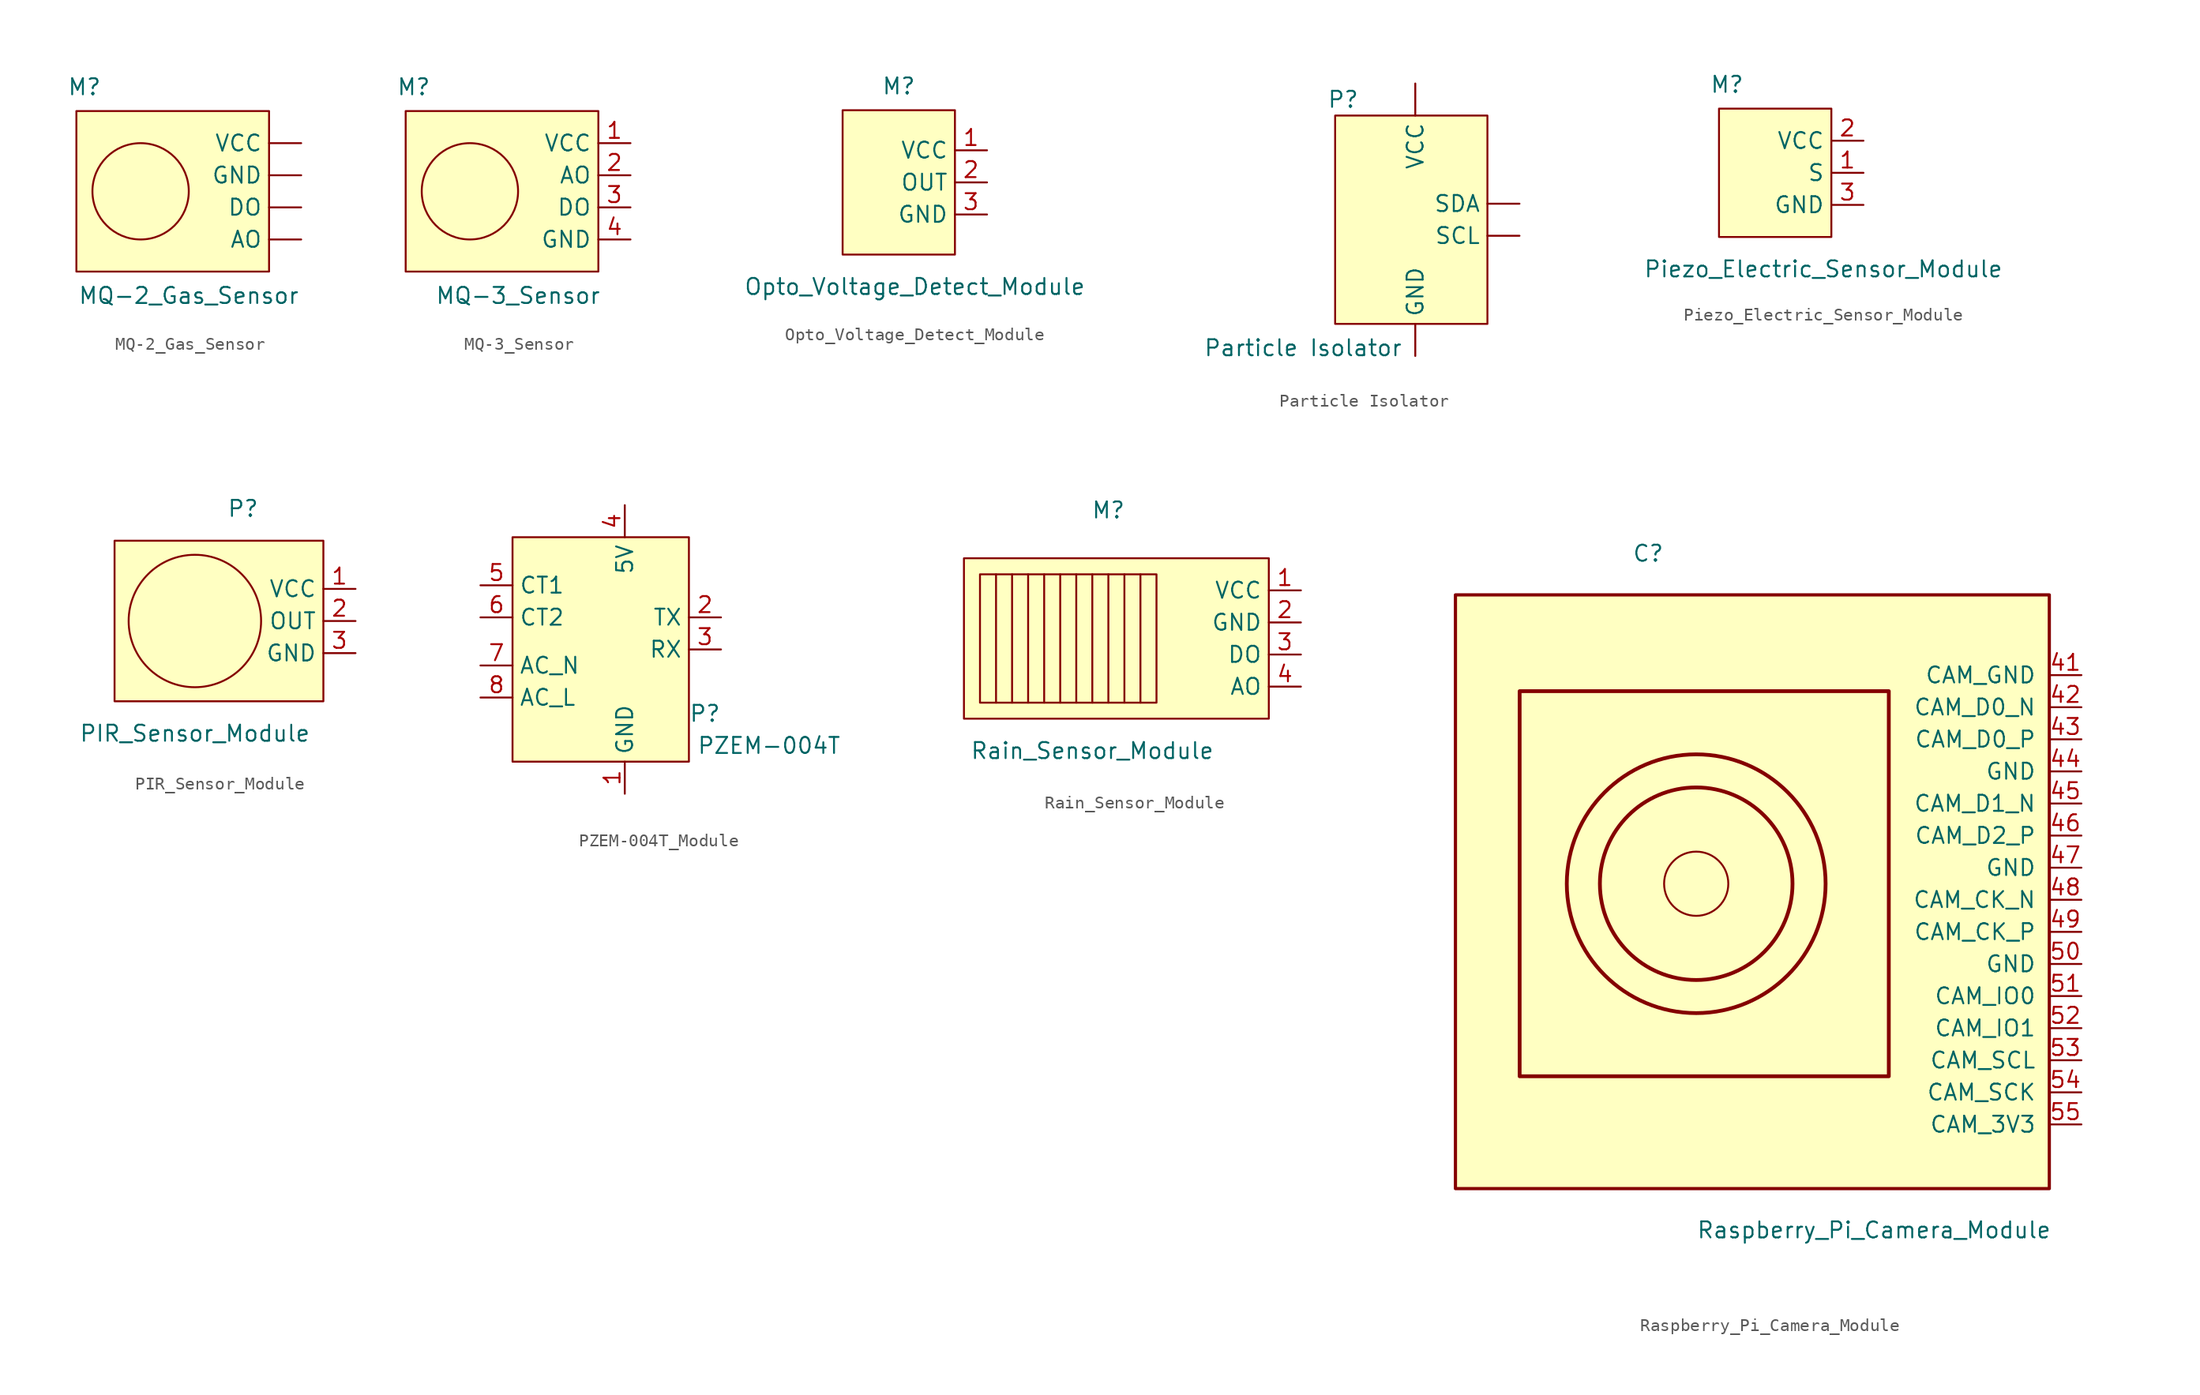
<source format=kicad_sym>
(kicad_symbol_lib
  (version 20220914)
  (generator kicad_symbol_editor)
  (symbol "MQ-2_Gas_Sensor"
    (property "Reference" "M"
      (at -8.255 8.255 0)
      (effects (font (size 1.27 1.27))))
    (property "Value" "MQ-2_Gas_Sensor"
      (at 0 -8.255 0)
      (effects (font (size 1.27 1.27))))
    (symbol "MQ-2_Gas_Sensor_0_1"
      (rectangle (start -8.89 6.35) (end 6.35 -6.35) (stroke (width 0.152) (type default)) (fill (type background)))
      (circle (center -3.81 0) (radius 3.81) (stroke (width 0.152) (type default)) (fill (type none))))
    (symbol "MQ-2_Gas_Sensor_1_1"
      (pin input line (at 8.89 -3.81 180) (length 2.54) (name "AO" (effects (font (size 1.27 1.27)))) (number "" (effects (font (size 1.27 1.27)))))
      (pin input line (at 8.89 -1.27 180) (length 2.54) (name "DO" (effects (font (size 1.27 1.27)))) (number "" (effects (font (size 1.27 1.27)))))
      (pin input line (at 8.89 1.27 180) (length 2.54) (name "GND" (effects (font (size 1.27 1.27)))) (number "" (effects (font (size 1.27 1.27)))))
      (pin input line (at 8.89 3.81 180) (length 2.54) (name "VCC" (effects (font (size 1.27 1.27)))) (number "" (effects (font (size 1.27 1.27)))))))
  (symbol "MQ-3_Sensor"
    (property "Reference" "M"
      (at -8.255 8.255 0)
      (effects (font (size 1.27 1.27))))
    (property "Value" "MQ-3_Sensor"
      (at 0 -8.255 0)
      (effects (font (size 1.27 1.27))))
    (symbol "MQ-3_Sensor_0_1"
      (rectangle (start -8.89 6.35) (end 6.35 -6.35) (stroke (width 0.152) (type default)) (fill (type background)))
      (circle (center -3.81 0) (radius 3.81) (stroke (width 0.152) (type default)) (fill (type none))))
    (symbol "MQ-3_Sensor_1_1"
      (pin input line (at 8.89 3.81 180) (length 2.54) (name "VCC" (effects (font (size 1.27 1.27)))) (number "1" (effects (font (size 1.27 1.27)))))
      (pin input line (at 8.89 1.27 180) (length 2.54) (name "AO" (effects (font (size 1.27 1.27)))) (number "2" (effects (font (size 1.27 1.27)))))
      (pin input line (at 8.89 -1.27 180) (length 2.54) (name "DO" (effects (font (size 1.27 1.27)))) (number "3" (effects (font (size 1.27 1.27)))))
      (pin input line (at 8.89 -3.81 180) (length 2.54) (name "GND" (effects (font (size 1.27 1.27)))) (number "4" (effects (font (size 1.27 1.27)))))))
  (symbol "Opto_Voltage_Detect_Module"
    (property "Reference" "M"
      (at -1.27 8.89 0)
      (effects (font (size 1.27 1.27))))
    (property "Value" "Opto_Voltage_Detect_Module"
      (at 0 -6.985 0)
      (effects (font (size 1.27 1.27))))
    (symbol "Opto_Voltage_Detect_Module_0_1"
      (rectangle (start -5.715 6.985) (end 3.175 -4.445) (stroke (width 0.152) (type default)) (fill (type background))))
    (symbol "Opto_Voltage_Detect_Module_1_1"
      (pin input line (at 5.715 3.81 180) (length 2.54) (name "VCC" (effects (font (size 1.27 1.27)))) (number "1" (effects (font (size 1.27 1.27)))))
      (pin input line (at 5.715 1.27 180) (length 2.54) (name "OUT" (effects (font (size 1.27 1.27)))) (number "2" (effects (font (size 1.27 1.27)))))
      (pin input line (at 5.715 -1.27 180) (length 2.54) (name "GND" (effects (font (size 1.27 1.27)))) (number "3" (effects (font (size 1.27 1.27)))))))
  (symbol "Particle Isolator"
    (property "Reference" "P"
      (at -6.35 10.795 0)
      (effects (font (size 1.27 1.27))))
    (property "Value" "Particle Isolator"
      (at -9.525 -8.89 0)
      (effects (font (size 1.27 1.27))))
    (symbol "Particle Isolator_0_1"
      (rectangle (start 5.08 9.525) (end -6.985 -6.985) (stroke (width 0.152) (type default)) (fill (type background))))
    (symbol "Particle Isolator_1_1"
      (pin input line (at -0.635 -9.525 90) (length 2.54) (name "GND" (effects (font (size 1.27 1.27)))) (number "" (effects (font (size 1.27 1.27)))))
      (pin input line (at 7.62 0 180) (length 2.54) (name "SCL" (effects (font (size 1.27 1.27)))) (number "" (effects (font (size 1.27 1.27)))))
      (pin input line (at 7.62 2.54 180) (length 2.54) (name "SDA" (effects (font (size 1.27 1.27)))) (number "" (effects (font (size 1.27 1.27)))))
      (pin input line (at -0.635 12.065 270) (length 2.54) (name "VCC" (effects (font (size 1.27 1.27)))) (number "" (effects (font (size 1.27 1.27)))))))
  (symbol "Piezo_Electric_Sensor_Module"
    (property "Reference" "M"
      (at -5.715 6.985 0)
      (effects (font (size 1.27 1.27))))
    (property "Value" "Piezo_Electric_Sensor_Module"
      (at 1.905 -7.62 0)
      (effects (font (size 1.27 1.27))))
    (symbol "Piezo_Electric_Sensor_Module_0_1"
      (rectangle (start 2.54 5.08) (end -6.35 -5.08) (stroke (width 0.152) (type default)) (fill (type background))))
    (symbol "Piezo_Electric_Sensor_Module_1_1"
      (pin input line (at 5.08 0 180) (length 2.54) (name "S" (effects (font (size 1.27 1.27)))) (number "1" (effects (font (size 1.27 1.27)))))
      (pin input line (at 5.08 2.54 180) (length 2.54) (name "VCC" (effects (font (size 1.27 1.27)))) (number "2" (effects (font (size 1.27 1.27)))))
      (pin input line (at 5.08 -2.54 180) (length 2.54) (name "GND" (effects (font (size 1.27 1.27)))) (number "3" (effects (font (size 1.27 1.27)))))))
  (symbol "PIR_Sensor_Module"
    (property "Reference" "P"
      (at -2.54 7.62 0)
      (effects (font (size 1.27 1.27))))
    (property "Value" "PIR_Sensor_Module"
      (at -6.35 -10.16 0)
      (effects (font (size 1.27 1.27))))
    (symbol "PIR_Sensor_Module_0_1"
      (circle (center -6.35 -1.27) (radius 5.236) (stroke (width 0.152) (type default)) (fill (type none)))
      (rectangle (start 3.81 5.08) (end -12.7 -7.62) (stroke (width 0.152) (type default)) (fill (type background))))
    (symbol "PIR_Sensor_Module_1_1"
      (pin input line (at 6.35 1.27 180) (length 2.54) (name "VCC" (effects (font (size 1.27 1.27)))) (number "1" (effects (font (size 1.27 1.27)))))
      (pin input line (at 6.35 -1.27 180) (length 2.54) (name "OUT" (effects (font (size 1.27 1.27)))) (number "2" (effects (font (size 1.27 1.27)))))
      (pin input line (at 6.35 -3.81 180) (length 2.54) (name "GND" (effects (font (size 1.27 1.27)))) (number "3" (effects (font (size 1.27 1.27)))))))
  (symbol "PZEM-004T_Module"
    (property "Reference" "P"
      (at 7.62 -5.08 0)
      (effects (font (size 1.27 1.27))))
    (property "Value" "PZEM-004T"
      (at 12.7 -7.62 0)
      (effects (font (size 1.27 1.27))))
    (symbol "PZEM-004T_Module_1_1"
      (rectangle (start -7.62 8.89) (end 6.35 -8.89) (stroke (width 0) (type default)) (fill (type background)))
      (pin input line (at 1.27 -11.43 90) (length 2.54) (name "GND" (effects (font (size 1.27 1.27)))) (number "1" (effects (font (size 1.27 1.27)))))
      (pin input line (at 8.89 2.54 180) (length 2.54) (name "TX" (effects (font (size 1.27 1.27)))) (number "2" (effects (font (size 1.27 1.27)))))
      (pin input line (at 8.89 0 180) (length 2.54) (name "RX" (effects (font (size 1.27 1.27)))) (number "3" (effects (font (size 1.27 1.27)))))
      (pin input line (at 1.27 11.43 270) (length 2.54) (name "5V" (effects (font (size 1.27 1.27)))) (number "4" (effects (font (size 1.27 1.27)))))
      (pin input line (at -10.16 5.08 0) (length 2.54) (name "CT1" (effects (font (size 1.27 1.27)))) (number "5" (effects (font (size 1.27 1.27)))))
      (pin input line (at -10.16 2.54 0) (length 2.54) (name "CT2" (effects (font (size 1.27 1.27)))) (number "6" (effects (font (size 1.27 1.27)))))
      (pin input line (at -10.16 -1.27 0) (length 2.54) (name "AC_N" (effects (font (size 1.27 1.27)))) (number "7" (effects (font (size 1.27 1.27)))))
      (pin input line (at -10.16 -3.81 0) (length 2.54) (name "AC_L" (effects (font (size 1.27 1.27)))) (number "8" (effects (font (size 1.27 1.27)))))))
  (symbol "Rain_Sensor_Module"
    (property "Reference" "M"
      (at 0 10.16 0)
      (effects (font (size 1.27 1.27))))
    (property "Value" "Rain_Sensor_Module"
      (at -1.27 -8.89 0)
      (effects (font (size 1.27 1.27))))
    (symbol "Rain_Sensor_Module_0_1"
      (rectangle (start -11.43 6.35) (end 12.7 -6.35) (stroke (width 0.152) (type default)) (fill (type background)))
      (rectangle (start -10.16 5.08) (end 3.81 -5.08) (stroke (width 0.152) (type default)) (fill (type none)))
      (polyline (pts (xy -8.89 5.08) (xy -8.89 -5.08)) (stroke (width 0.152) (type default)) (fill (type none)))
      (polyline (pts (xy -7.62 5.08) (xy -7.62 -5.08)) (stroke (width 0.152) (type default)) (fill (type none)))
      (polyline (pts (xy -6.35 5.08) (xy -6.35 -5.08)) (stroke (width 0.152) (type default)) (fill (type none)))
      (polyline (pts (xy -5.08 5.08) (xy -5.08 -5.08)) (stroke (width 0.152) (type default)) (fill (type none)))
      (polyline (pts (xy -3.81 5.08) (xy -3.81 -5.08)) (stroke (width 0.152) (type default)) (fill (type none)))
      (polyline (pts (xy -2.54 5.08) (xy -2.54 -5.08)) (stroke (width 0.152) (type default)) (fill (type none)))
      (polyline (pts (xy -1.27 5.08) (xy -1.27 -5.08)) (stroke (width 0.152) (type default)) (fill (type none)))
      (polyline (pts (xy 0 5.08) (xy 0 -5.08)) (stroke (width 0.152) (type default)) (fill (type none)))
      (polyline (pts (xy 1.27 5.08) (xy 1.27 -5.08)) (stroke (width 0.152) (type default)) (fill (type none)))
      (polyline (pts (xy 2.54 5.08) (xy 2.54 -5.08)) (stroke (width 0.152) (type default)) (fill (type none))))
    (symbol "Rain_Sensor_Module_1_1"
      (pin input line (at 15.24 3.81 180) (length 2.54) (name "VCC" (effects (font (size 1.27 1.27)))) (number "1" (effects (font (size 1.27 1.27)))))
      (pin input line (at 15.24 1.27 180) (length 2.54) (name "GND" (effects (font (size 1.27 1.27)))) (number "2" (effects (font (size 1.27 1.27)))))
      (pin input line (at 15.24 -1.27 180) (length 2.54) (name "DO" (effects (font (size 1.27 1.27)))) (number "3" (effects (font (size 1.27 1.27)))))
      (pin input line (at 15.24 -3.81 180) (length 2.54) (name "AO" (effects (font (size 1.27 1.27)))) (number "4" (effects (font (size 1.27 1.27)))))))
  (symbol "Raspberry_Pi_Camera_Module"
    (pin_names
      (offset 1.016))
    (property "Reference" "C"
      (at -10.16 25.4 0)
      (effects (font (size 1.27 1.27)) (justify left bottom)))
    (property "Value" "Raspberry_Pi_Camera_Module"
      (at -5.08 -26.67 0)
      (effects (font (size 1.27 1.27)) (justify left top)))
    (symbol "Raspberry_Pi_Camera_Module_0_1"
      (rectangle (start -24.13 22.86) (end 22.86 -24.13) (stroke (width 0.254) (type default)) (fill (type background)))
      (rectangle (start -19.05 15.24) (end 10.16 -15.24) (stroke (width 0.3) (type default)) (fill (type none)))
      (circle (center -5.08 0) (radius 2.54) (stroke (width 0.152) (type default)) (fill (type none)))
      (circle (center -5.08 0) (radius 7.62) (stroke (width 0.3) (type default)) (fill (type none)))
      (circle (center -5.08 0) (radius 10.239) (stroke (width 0.3) (type default)) (fill (type none))))
    (symbol "Raspberry_Pi_Camera_Module_1_1"
      (pin input line (at 25.4 16.51 180) (length 2.54) (name "CAM_GND" (effects (font (size 1.27 1.27)))) (number "41" (effects (font (size 1.27 1.27)))))
      (pin input line (at 25.4 13.97 180) (length 2.54) (name "CAM_D0_N" (effects (font (size 1.27 1.27)))) (number "42" (effects (font (size 1.27 1.27)))))
      (pin input line (at 25.4 11.43 180) (length 2.54) (name "CAM_D0_P" (effects (font (size 1.27 1.27)))) (number "43" (effects (font (size 1.27 1.27)))))
      (pin input line (at 25.4 8.89 180) (length 2.54) (name "GND" (effects (font (size 1.27 1.27)))) (number "44" (effects (font (size 1.27 1.27)))))
      (pin input line (at 25.4 6.35 180) (length 2.54) (name "CAM_D1_N" (effects (font (size 1.27 1.27)))) (number "45" (effects (font (size 1.27 1.27)))))
      (pin input line (at 25.4 3.81 180) (length 2.54) (name "CAM_D2_P" (effects (font (size 1.27 1.27)))) (number "46" (effects (font (size 1.27 1.27)))))
      (pin input line (at 25.4 1.27 180) (length 2.54) (name "GND" (effects (font (size 1.27 1.27)))) (number "47" (effects (font (size 1.27 1.27)))))
      (pin input line (at 25.4 -1.27 180) (length 2.54) (name "CAM_CK_N" (effects (font (size 1.27 1.27)))) (number "48" (effects (font (size 1.27 1.27)))))
      (pin input line (at 25.4 -3.81 180) (length 2.54) (name "CAM_CK_P" (effects (font (size 1.27 1.27)))) (number "49" (effects (font (size 1.27 1.27)))))
      (pin input line (at 25.4 -6.35 180) (length 2.54) (name "GND" (effects (font (size 1.27 1.27)))) (number "50" (effects (font (size 1.27 1.27)))))
      (pin input line (at 25.4 -8.89 180) (length 2.54) (name "CAM_IO0" (effects (font (size 1.27 1.27)))) (number "51" (effects (font (size 1.27 1.27)))))
      (pin input line (at 25.4 -11.43 180) (length 2.54) (name "CAM_IO1" (effects (font (size 1.27 1.27)))) (number "52" (effects (font (size 1.27 1.27)))))
      (pin input line (at 25.4 -13.97 180) (length 2.54) (name "CAM_SCL" (effects (font (size 1.27 1.27)))) (number "53" (effects (font (size 1.27 1.27)))))
      (pin input line (at 25.4 -16.51 180) (length 2.54) (name "CAM_SCK" (effects (font (size 1.27 1.27)))) (number "54" (effects (font (size 1.27 1.27)))))
      (pin input line (at 25.4 -19.05 180) (length 2.54) (name "CAM_3V3" (effects (font (size 1.27 1.27)))) (number "55" (effects (font (size 1.27 1.27))))))))
</source>
